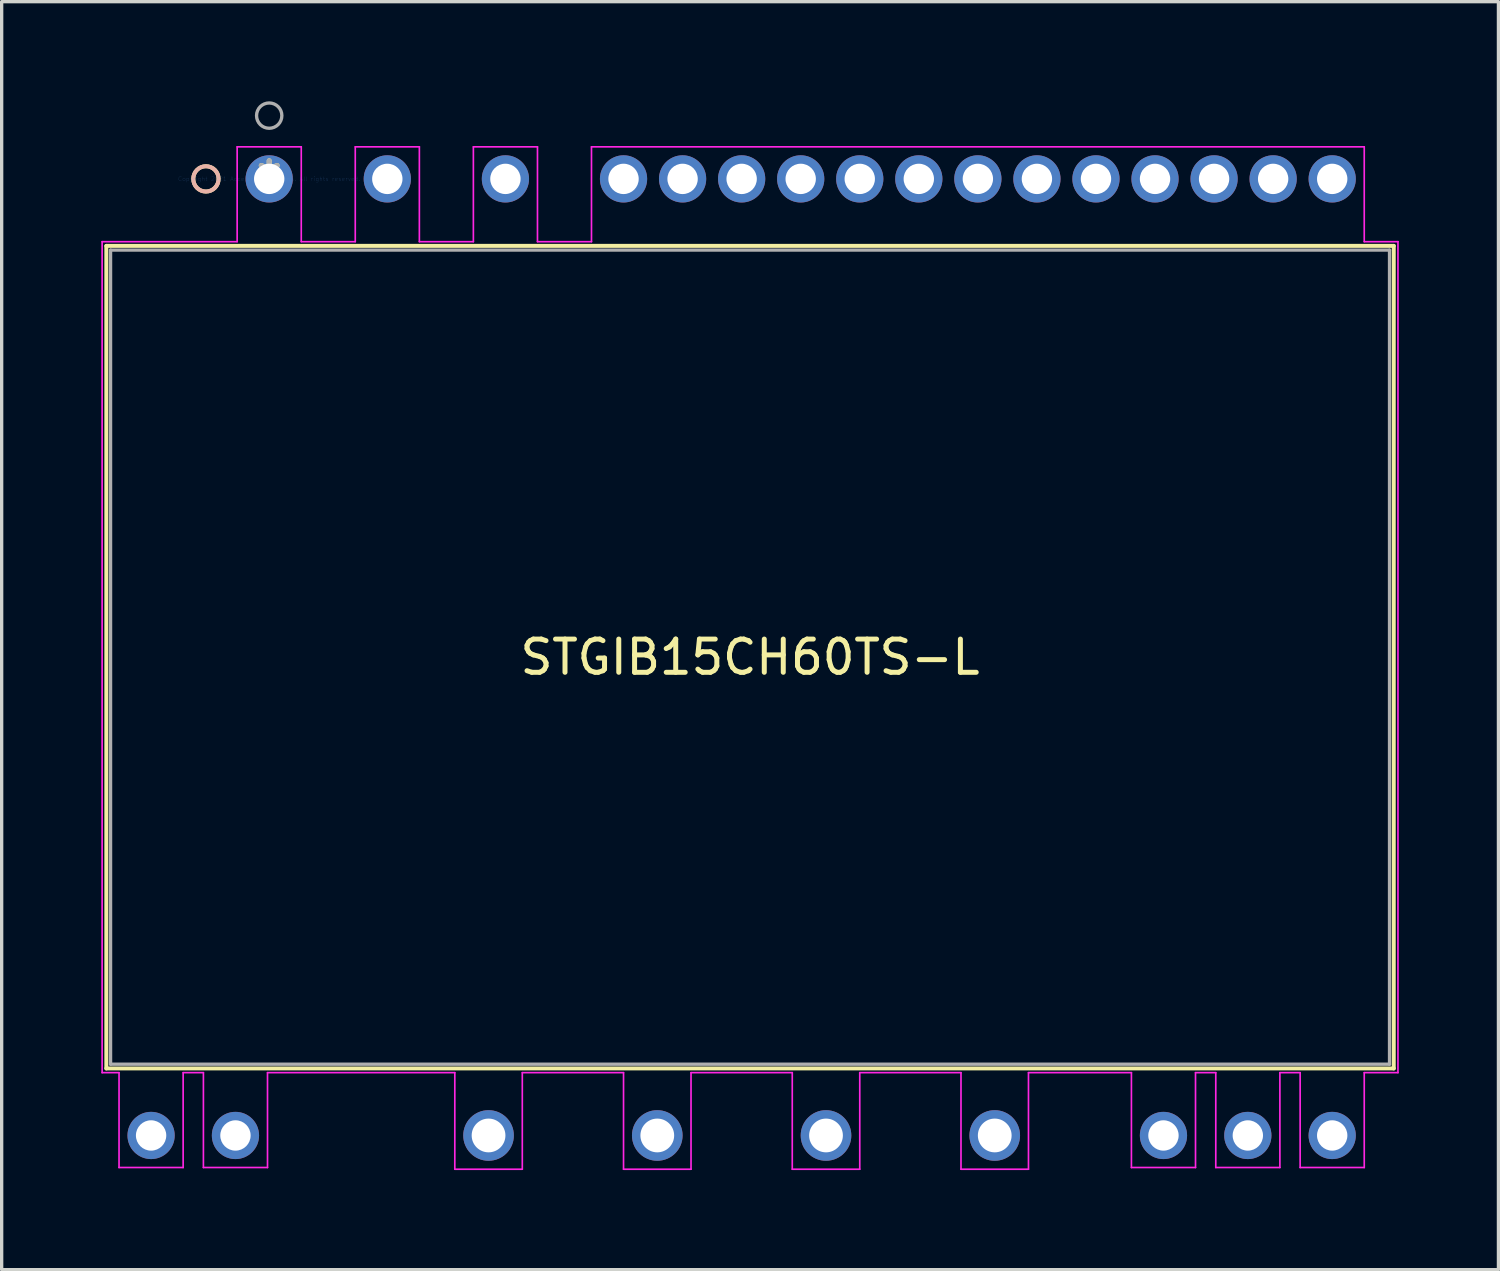
<source format=kicad_pcb>
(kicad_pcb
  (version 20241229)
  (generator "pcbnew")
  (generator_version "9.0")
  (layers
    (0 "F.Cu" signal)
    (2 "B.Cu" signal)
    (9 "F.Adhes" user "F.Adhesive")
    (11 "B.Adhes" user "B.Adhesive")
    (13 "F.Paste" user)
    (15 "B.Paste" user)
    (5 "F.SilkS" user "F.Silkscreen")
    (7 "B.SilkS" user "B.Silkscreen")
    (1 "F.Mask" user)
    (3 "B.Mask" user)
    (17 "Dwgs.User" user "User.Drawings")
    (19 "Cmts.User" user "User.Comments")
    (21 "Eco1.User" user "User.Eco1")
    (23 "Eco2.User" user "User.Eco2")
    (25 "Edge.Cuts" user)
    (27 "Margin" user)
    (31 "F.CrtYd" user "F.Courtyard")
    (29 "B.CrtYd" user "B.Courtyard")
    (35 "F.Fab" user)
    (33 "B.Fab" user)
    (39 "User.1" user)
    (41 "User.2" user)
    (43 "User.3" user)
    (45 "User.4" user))
  (footprint "STGIB15CH60TS-L"
    (layer "F.Cu")
    (at 5.055 2.336)
    (property "Reference" "STGIB15CH60TS-L" (at 14.477 14.4 0) (layer "F.SilkS") (effects (font (size 1 1) (thickness 0.15))))
    (attr through_hole)
    (fp_line (start -4.903 2.017) (end -4.903 26.782) (stroke (width 0.12) (type solid)) (layer "F.SilkS"))
    (fp_line (start -4.903 26.782) (end 33.857 26.782) (stroke (width 0.12) (type solid)) (layer "F.SilkS"))
    (fp_line (start 33.857 2.017) (end -4.903 2.017) (stroke (width 0.12) (type solid)) (layer "F.SilkS"))
    (fp_line (start 33.857 26.782) (end 33.857 2.017) (stroke (width 0.12) (type solid)) (layer "F.SilkS"))
    (fp_circle (center -1.905 0) (end -1.524 0) (stroke (width 0.12) (type solid)) (fill no) (layer "F.SilkS"))
    (fp_circle (center -1.905 0) (end -1.524 0) (stroke (width 0.12) (type solid)) (fill no) (layer "B.SilkS"))
    (fp_line (start -5.03 1.89) (end -5.03 26.909) (stroke (width 0.05) (type solid)) (layer "F.CrtYd"))
    (fp_line (start -5.03 26.909) (end -4.521 26.909) (stroke (width 0.05) (type solid)) (layer "F.CrtYd"))
    (fp_line (start -4.521 26.909) (end -4.521 29.765) (stroke (width 0.05) (type solid)) (layer "F.CrtYd"))
    (fp_line (start -4.521 29.765) (end -2.591 29.765) (stroke (width 0.05) (type solid)) (layer "F.CrtYd"))
    (fp_line (start -2.591 26.909) (end -1.981 26.909) (stroke (width 0.05) (type solid)) (layer "F.CrtYd"))
    (fp_line (start -2.591 29.765) (end -2.591 26.909) (stroke (width 0.05) (type solid)) (layer "F.CrtYd"))
    (fp_line (start -1.981 26.909) (end -1.981 29.765) (stroke (width 0.05) (type solid)) (layer "F.CrtYd"))
    (fp_line (start -1.981 29.765) (end -0.051 29.765) (stroke (width 0.05) (type solid)) (layer "F.CrtYd"))
    (fp_line (start -0.965 -0.965) (end -0.965 1.89) (stroke (width 0.05) (type solid)) (layer "F.CrtYd"))
    (fp_line (start -0.965 1.89) (end -5.03 1.89) (stroke (width 0.05) (type solid)) (layer "F.CrtYd"))
    (fp_line (start -0.051 26.909) (end 5.588 26.909) (stroke (width 0.05) (type solid)) (layer "F.CrtYd"))
    (fp_line (start -0.051 29.765) (end -0.051 26.909) (stroke (width 0.05) (type solid)) (layer "F.CrtYd"))
    (fp_line (start 0.965 -0.965) (end -0.965 -0.965) (stroke (width 0.05) (type solid)) (layer "F.CrtYd"))
    (fp_line (start 0.965 1.89) (end 0.965 -0.965) (stroke (width 0.05) (type solid)) (layer "F.CrtYd"))
    (fp_line (start 2.591 -0.965) (end 2.591 1.89) (stroke (width 0.05) (type solid)) (layer "F.CrtYd"))
    (fp_line (start 2.591 1.89) (end 0.965 1.89) (stroke (width 0.05) (type solid)) (layer "F.CrtYd"))
    (fp_line (start 4.521 -0.965) (end 2.591 -0.965) (stroke (width 0.05) (type solid)) (layer "F.CrtYd"))
    (fp_line (start 4.521 1.89) (end 4.521 -0.965) (stroke (width 0.05) (type solid)) (layer "F.CrtYd"))
    (fp_line (start 5.588 26.909) (end 5.588 29.816) (stroke (width 0.05) (type solid)) (layer "F.CrtYd"))
    (fp_line (start 5.588 29.816) (end 7.62 29.816) (stroke (width 0.05) (type solid)) (layer "F.CrtYd"))
    (fp_line (start 6.147 -0.965) (end 6.147 1.89) (stroke (width 0.05) (type solid)) (layer "F.CrtYd"))
    (fp_line (start 6.147 1.89) (end 4.521 1.89) (stroke (width 0.05) (type solid)) (layer "F.CrtYd"))
    (fp_line (start 7.62 26.909) (end 10.668 26.909) (stroke (width 0.05) (type solid)) (layer "F.CrtYd"))
    (fp_line (start 7.62 29.816) (end 7.62 26.909) (stroke (width 0.05) (type solid)) (layer "F.CrtYd"))
    (fp_line (start 8.077 -0.965) (end 6.147 -0.965) (stroke (width 0.05) (type solid)) (layer "F.CrtYd"))
    (fp_line (start 8.077 1.89) (end 8.077 -0.965) (stroke (width 0.05) (type solid)) (layer "F.CrtYd"))
    (fp_line (start 9.703 -0.965) (end 9.703 1.89) (stroke (width 0.05) (type solid)) (layer "F.CrtYd"))
    (fp_line (start 9.703 1.89) (end 8.077 1.89) (stroke (width 0.05) (type solid)) (layer "F.CrtYd"))
    (fp_line (start 10.668 26.909) (end 10.668 29.816) (stroke (width 0.05) (type solid)) (layer "F.CrtYd"))
    (fp_line (start 10.668 29.816) (end 12.7 29.816) (stroke (width 0.05) (type solid)) (layer "F.CrtYd"))
    (fp_line (start 12.7 26.909) (end 15.748 26.909) (stroke (width 0.05) (type solid)) (layer "F.CrtYd"))
    (fp_line (start 12.7 29.816) (end 12.7 26.909) (stroke (width 0.05) (type solid)) (layer "F.CrtYd"))
    (fp_line (start 15.748 26.909) (end 15.748 29.816) (stroke (width 0.05) (type solid)) (layer "F.CrtYd"))
    (fp_line (start 15.748 29.816) (end 17.78 29.816) (stroke (width 0.05) (type solid)) (layer "F.CrtYd"))
    (fp_line (start 17.78 26.909) (end 20.828 26.909) (stroke (width 0.05) (type solid)) (layer "F.CrtYd"))
    (fp_line (start 17.78 29.816) (end 17.78 26.909) (stroke (width 0.05) (type solid)) (layer "F.CrtYd"))
    (fp_line (start 20.828 26.909) (end 20.828 29.816) (stroke (width 0.05) (type solid)) (layer "F.CrtYd"))
    (fp_line (start 20.828 29.816) (end 22.86 29.816) (stroke (width 0.05) (type solid)) (layer "F.CrtYd"))
    (fp_line (start 22.86 26.909) (end 25.959 26.909) (stroke (width 0.05) (type solid)) (layer "F.CrtYd"))
    (fp_line (start 22.86 29.816) (end 22.86 26.909) (stroke (width 0.05) (type solid)) (layer "F.CrtYd"))
    (fp_line (start 25.959 26.909) (end 25.959 29.765) (stroke (width 0.05) (type solid)) (layer "F.CrtYd"))
    (fp_line (start 25.959 29.765) (end 27.889 29.765) (stroke (width 0.05) (type solid)) (layer "F.CrtYd"))
    (fp_line (start 27.889 26.909) (end 28.499 26.909) (stroke (width 0.05) (type solid)) (layer "F.CrtYd"))
    (fp_line (start 27.889 29.765) (end 27.889 26.909) (stroke (width 0.05) (type solid)) (layer "F.CrtYd"))
    (fp_line (start 28.499 26.909) (end 28.499 29.765) (stroke (width 0.05) (type solid)) (layer "F.CrtYd"))
    (fp_line (start 28.499 29.765) (end 30.429 29.765) (stroke (width 0.05) (type solid)) (layer "F.CrtYd"))
    (fp_line (start 30.429 26.909) (end 31.039 26.909) (stroke (width 0.05) (type solid)) (layer "F.CrtYd"))
    (fp_line (start 30.429 29.765) (end 30.429 26.909) (stroke (width 0.05) (type solid)) (layer "F.CrtYd"))
    (fp_line (start 31.039 26.909) (end 31.039 29.765) (stroke (width 0.05) (type solid)) (layer "F.CrtYd"))
    (fp_line (start 31.039 29.765) (end 32.969 29.765) (stroke (width 0.05) (type solid)) (layer "F.CrtYd"))
    (fp_line (start 32.969 -0.965) (end 9.703 -0.965) (stroke (width 0.05) (type solid)) (layer "F.CrtYd"))
    (fp_line (start 32.969 1.89) (end 32.969 -0.965) (stroke (width 0.05) (type solid)) (layer "F.CrtYd"))
    (fp_line (start 32.969 26.909) (end 33.984 26.909) (stroke (width 0.05) (type solid)) (layer "F.CrtYd"))
    (fp_line (start 32.969 29.765) (end 32.969 26.909) (stroke (width 0.05) (type solid)) (layer "F.CrtYd"))
    (fp_line (start 33.984 1.89) (end 32.969 1.89) (stroke (width 0.05) (type solid)) (layer "F.CrtYd"))
    (fp_line (start 33.984 26.909) (end 33.984 1.89) (stroke (width 0.05) (type solid)) (layer "F.CrtYd"))
    (fp_line (start -4.776 2.144) (end -4.776 26.655) (stroke (width 0.1) (type solid)) (layer "F.Fab"))
    (fp_line (start -4.776 26.655) (end 33.73 26.655) (stroke (width 0.1) (type solid)) (layer "F.Fab"))
    (fp_line (start 33.73 2.144) (end -4.776 2.144) (stroke (width 0.1) (type solid)) (layer "F.Fab"))
    (fp_line (start 33.73 26.655) (end 33.73 2.144) (stroke (width 0.1) (type solid)) (layer "F.Fab"))
    (fp_circle (center 0 -1.905) (end 0.381 -1.905) (stroke (width 0.1) (type solid)) (fill no) (layer "F.Fab"))
    (fp_text user "*" (at 0 0 0) (layer "F.SilkS") (effects (font (size 1 1) (thickness 0.15))))
    (fp_text user "Copyright 2021 Accelerated Designs. All rights reserved." (at 0 0 0) (layer "Cmts.User") (effects (font (size 0.127 0.127) (thickness 0.002))))
    (fp_text user "*" (at 0 0 0) (layer "F.Fab") (effects (font (size 1 1) (thickness 0.15))))
    (pad "2" thru_hole circle (at 0 0) (size 1.422 1.422) (drill 0.914) (layers "*.Cu" "*.Mask"))
    (pad "3" thru_hole circle (at 3.556 0) (size 1.422 1.422) (drill 0.914) (layers "*.Cu" "*.Mask"))
    (pad "4" thru_hole circle (at 7.112 0) (size 1.422 1.422) (drill 0.914) (layers "*.Cu" "*.Mask"))
    (pad "5" thru_hole circle (at 10.668 0) (size 1.422 1.422) (drill 0.914) (layers "*.Cu" "*.Mask"))
    (pad "6" thru_hole circle (at 12.446 0) (size 1.422 1.422) (drill 0.914) (layers "*.Cu" "*.Mask"))
    (pad "7" thru_hole circle (at 14.224 0) (size 1.422 1.422) (drill 0.914) (layers "*.Cu" "*.Mask"))
    (pad "8" thru_hole circle (at 16.002 0) (size 1.422 1.422) (drill 0.914) (layers "*.Cu" "*.Mask"))
    (pad "9" thru_hole circle (at 17.78 0) (size 1.422 1.422) (drill 0.914) (layers "*.Cu" "*.Mask"))
    (pad "10" thru_hole circle (at 19.558 0) (size 1.422 1.422) (drill 0.914) (layers "*.Cu" "*.Mask"))
    (pad "11" thru_hole circle (at 21.336 0) (size 1.422 1.422) (drill 0.914) (layers "*.Cu" "*.Mask"))
    (pad "12" thru_hole circle (at 23.114 0) (size 1.422 1.422) (drill 0.914) (layers "*.Cu" "*.Mask"))
    (pad "13" thru_hole circle (at 24.892 0) (size 1.422 1.422) (drill 0.914) (layers "*.Cu" "*.Mask"))
    (pad "14" thru_hole circle (at 26.67 0) (size 1.422 1.422) (drill 0.914) (layers "*.Cu" "*.Mask"))
    (pad "15" thru_hole circle (at 28.448 0) (size 1.422 1.422) (drill 0.914) (layers "*.Cu" "*.Mask"))
    (pad "16" thru_hole circle (at 30.226 0) (size 1.422 1.422) (drill 0.914) (layers "*.Cu" "*.Mask"))
    (pad "17" thru_hole circle (at 32.004 0) (size 1.422 1.422) (drill 0.914) (layers "*.Cu" "*.Mask"))
    (pad "18" thru_hole circle (at 32.004 28.8) (size 1.422 1.422) (drill 0.914) (layers "*.Cu" "*.Mask"))
    (pad "19" thru_hole circle (at 29.464 28.8) (size 1.422 1.422) (drill 0.914) (layers "*.Cu" "*.Mask"))
    (pad "20" thru_hole circle (at 26.924 28.8) (size 1.422 1.422) (drill 0.914) (layers "*.Cu" "*.Mask"))
    (pad "21" thru_hole circle (at 21.844 28.8 90) (size 1.524 1.524) (drill 1.016) (layers "*.Cu" "*.Mask"))
    (pad "22" thru_hole circle (at 16.764 28.8 90) (size 1.524 1.524) (drill 1.016) (layers "*.Cu" "*.Mask"))
    (pad "23" thru_hole circle (at 11.684 28.8 90) (size 1.524 1.524) (drill 1.016) (layers "*.Cu" "*.Mask"))
    (pad "24" thru_hole circle (at 6.604 28.8 90) (size 1.524 1.524) (drill 1.016) (layers "*.Cu" "*.Mask"))
    (pad "25" thru_hole circle (at -1.016 28.8) (size 1.422 1.422) (drill 0.914) (layers "*.Cu" "*.Mask"))
    (pad "26" thru_hole circle (at -3.556 28.8) (size 1.422 1.422) (drill 0.914) (layers "*.Cu" "*.Mask")))
  (gr_rect
    (start -3 -3)
    (end 42.064 35.177)
    (stroke (width 0.1) (type default))
    (fill no)
    (layer "Edge.Cuts")))
</source>
